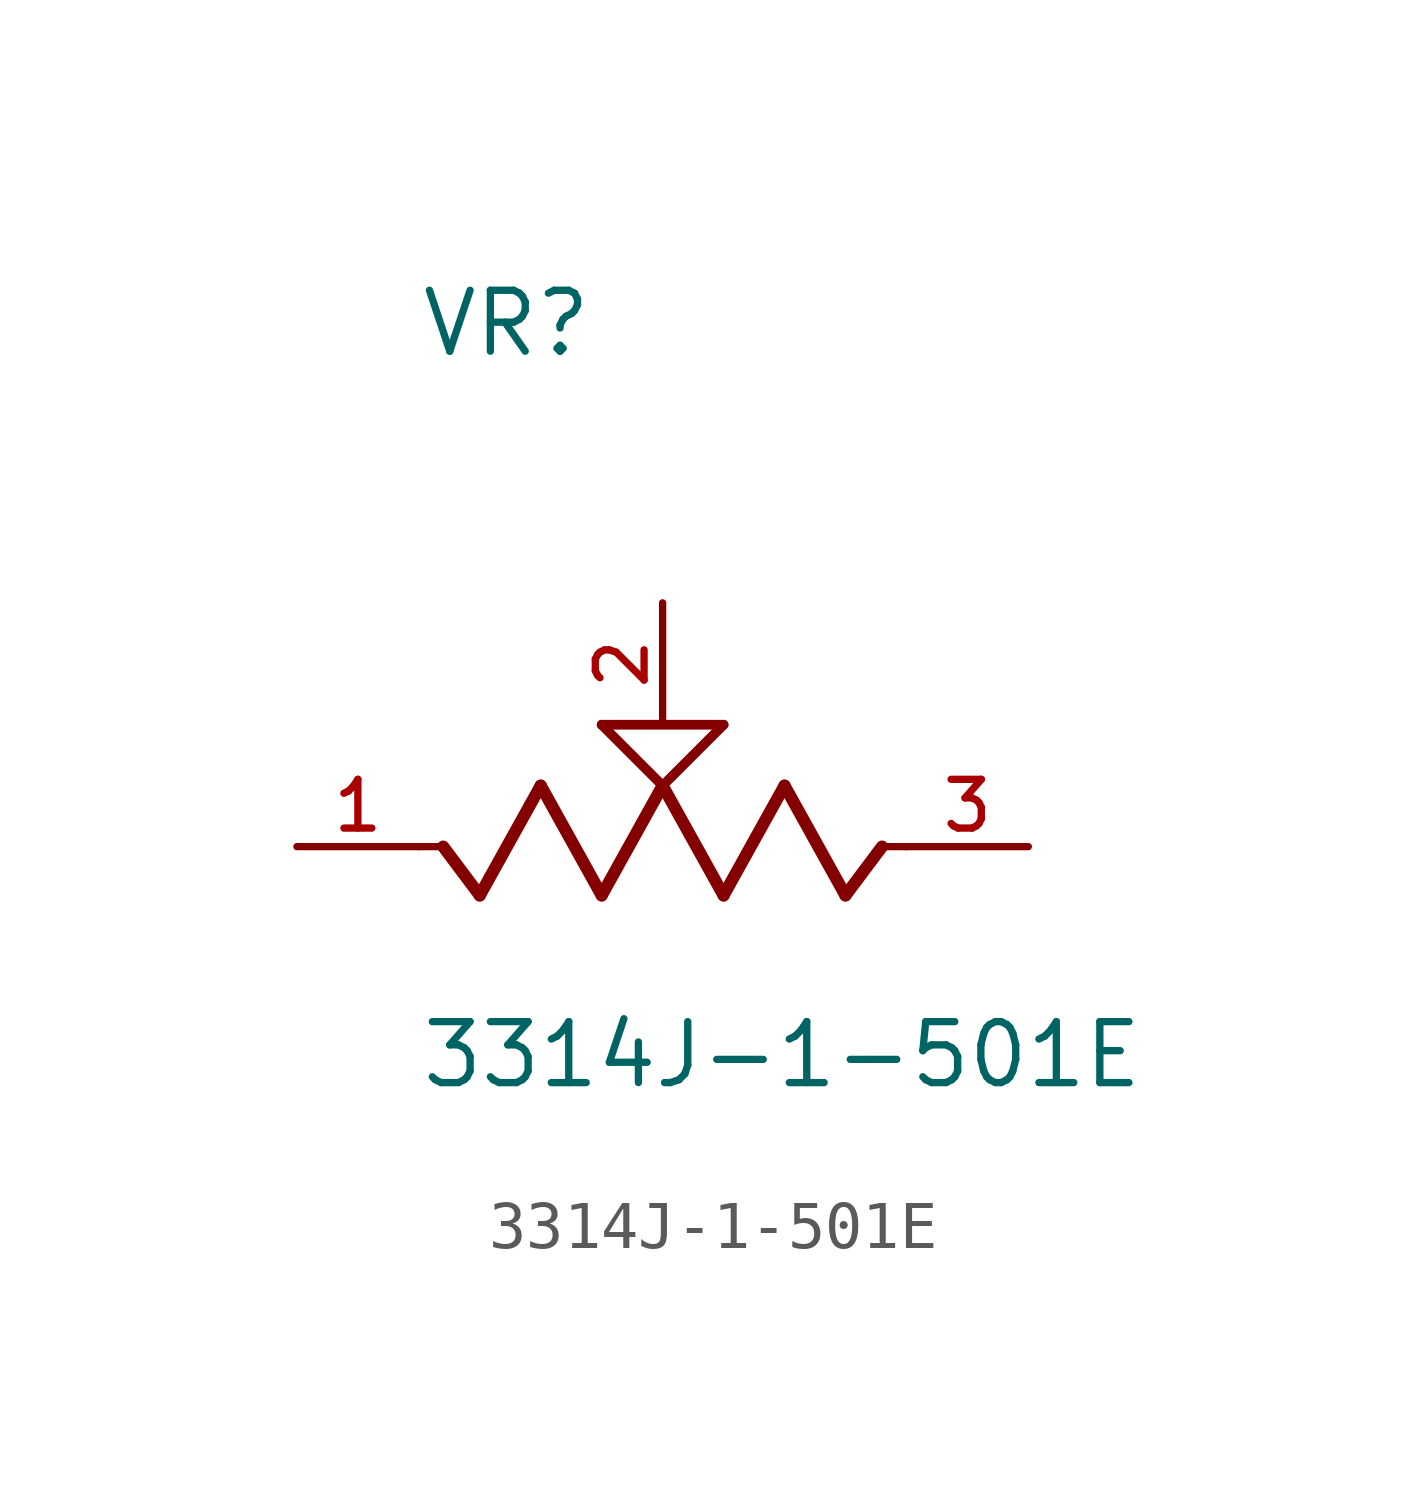
<source format=kicad_sym>
(kicad_symbol_lib
  (version 20211014)
  (generator kicad_symbol_editor)
  (symbol "3314J-1-501E"
    (pin_names
      (offset 1.016))
    (property "Reference" "VR"
      (at -5.08 10.16 0)
      (effects (font (size 1.27 1.27)) (justify bottom left)))
    (property "Value" "3314J-1-501E"
      (at -5.08 -5.08 0)
      (effects (font (size 1.27 1.27)) (justify bottom left)))
    (symbol "3314J-1-501E_0_0"
      (polyline (pts (xy 5.08 0.0) (xy 4.572 0.0)) (stroke (width 0.152)))
      (polyline (pts (xy 4.572 0.0) (xy 3.81 -1.016)) (stroke (width 0.254)))
      (polyline (pts (xy 3.81 -1.016) (xy 2.54 1.27)) (stroke (width 0.254)))
      (polyline (pts (xy 2.54 1.27) (xy 1.27 -1.016)) (stroke (width 0.254)))
      (polyline (pts (xy 1.27 -1.016) (xy 0.0 1.27)) (stroke (width 0.254)))
      (polyline (pts (xy 0.0 1.27) (xy -1.27 -1.016)) (stroke (width 0.254)))
      (polyline (pts (xy -1.27 -1.016) (xy -2.54 1.27)) (stroke (width 0.254)))
      (polyline (pts (xy -2.54 1.27) (xy -3.81 -1.016)) (stroke (width 0.254)))
      (polyline (pts (xy -3.81 -1.016) (xy -4.572 0.0)) (stroke (width 0.254)))
      (polyline (pts (xy -4.572 0.0) (xy -5.08 0.0)) (stroke (width 0.152)))
      (polyline (pts (xy 0.0 1.27) (xy -1.27 2.54)) (stroke (width 0.203)))
      (polyline (pts (xy 1.27 2.54) (xy 0.0 1.27)) (stroke (width 0.203)))
      (polyline (pts (xy -1.27 2.54) (xy 1.27 2.54)) (stroke (width 0.203)))
      (pin passive line (at 7.62 0.0 180.0) (length 2.54) (name "~" (effects (font (size 1.016 1.016)))) (number "3" (effects (font (size 1.016 1.016)))))
      (pin passive line (at -7.62 0.0 0) (length 2.54) (name "~" (effects (font (size 1.016 1.016)))) (number "1" (effects (font (size 1.016 1.016)))))
      (pin passive line (at 0.0 5.08 270.0) (length 2.54) (name "~" (effects (font (size 1.016 1.016)))) (number "2" (effects (font (size 1.016 1.016))))))))
</source>
